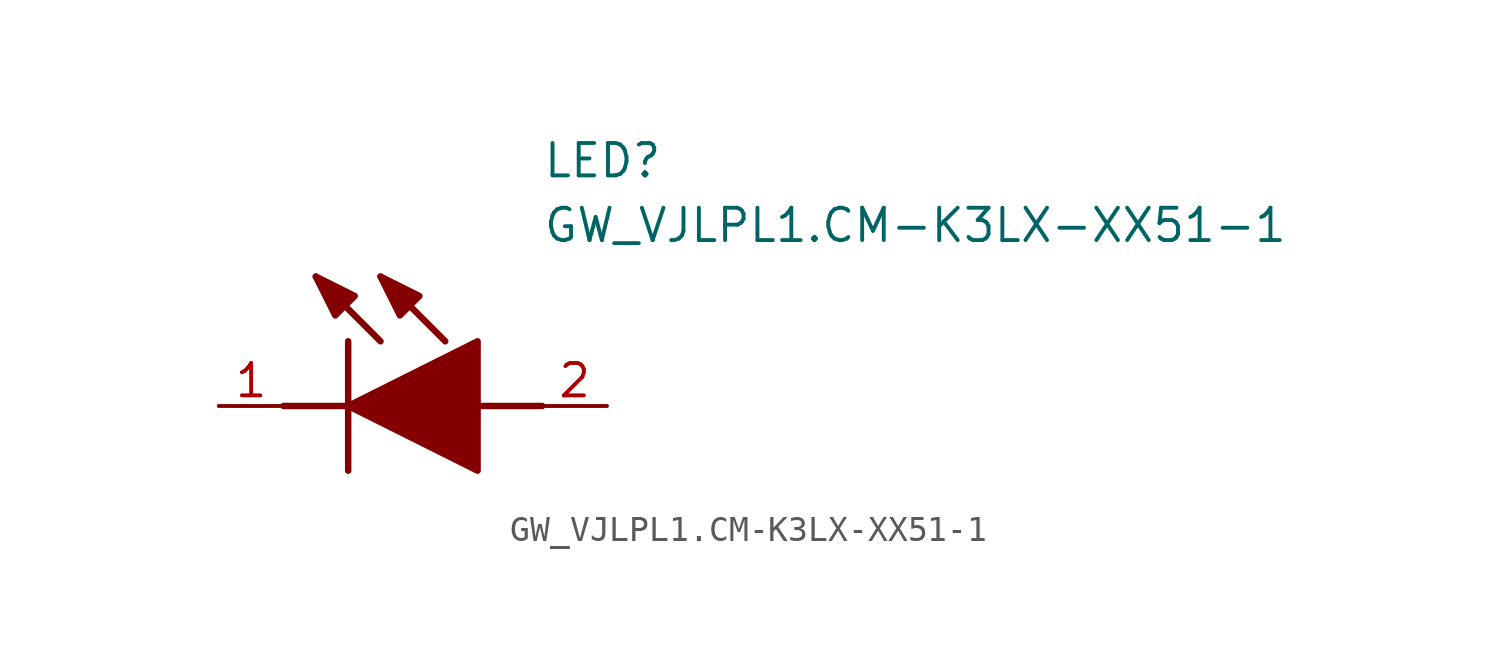
<source format=kicad_sym>
(kicad_symbol_lib
  (version 20211014)
  (generator SamacSys_ECAD_Model)
  (symbol "GW_VJLPL1.CM-K3LX-XX51-1"
    (pin_names hide)
    (property "Reference" "LED"
      (at 12.7 8.89 0)
      (effects (font (size 1.27 1.27)) (justify left bottom)))
    (property "Value" "GW_VJLPL1.CM-K3LX-XX51-1"
      (at 12.7 6.35 0)
      (effects (font (size 1.27 1.27)) (justify left bottom)))
    (polyline
      (pts (xy 5.08 2.54) (xy 5.08 -2.54))
      (stroke (width 0.254) (type default))
      (fill (type none)))
    (polyline
      (pts (xy 6.35 2.54) (xy 3.81 5.08))
      (stroke (width 0.254) (type default))
      (fill (type none)))
    (polyline
      (pts (xy 8.89 2.54) (xy 6.35 5.08))
      (stroke (width 0.254) (type default))
      (fill (type none)))
    (polyline
      (pts (xy 2.54 0) (xy 5.08 0))
      (stroke (width 0.254) (type default))
      (fill (type none)))
    (polyline
      (pts (xy 10.16 0) (xy 12.7 0))
      (stroke (width 0.254) (type default))
      (fill (type none)))
    (polyline
      (pts (xy 5.08 0) (xy 10.16 2.54) (xy 10.16 -2.54) (xy 5.08 0))
      (stroke (width 0.254) (type default))
      (fill (type outline)))
    (polyline
      (pts (xy 5.334 4.318) (xy 4.572 3.556) (xy 3.81 5.08) (xy 5.334 4.318))
      (stroke (width 0.254) (type default))
      (fill (type outline)))
    (polyline
      (pts (xy 7.874 4.318) (xy 7.112 3.556) (xy 6.35 5.08) (xy 7.874 4.318))
      (stroke (width 0.254) (type default))
      (fill (type outline)))
    (pin passive line
      (at 0 0 0)
      (length 2.54)
      (name "K" (effects (font (size 1.27 1.27))))
      (number "1" (effects (font (size 1.27 1.27)))))
    (pin passive line
      (at 15.24 0 180)
      (length 2.54)
      (name "A" (effects (font (size 1.27 1.27))))
      (number "2" (effects (font (size 1.27 1.27)))))))
</source>
